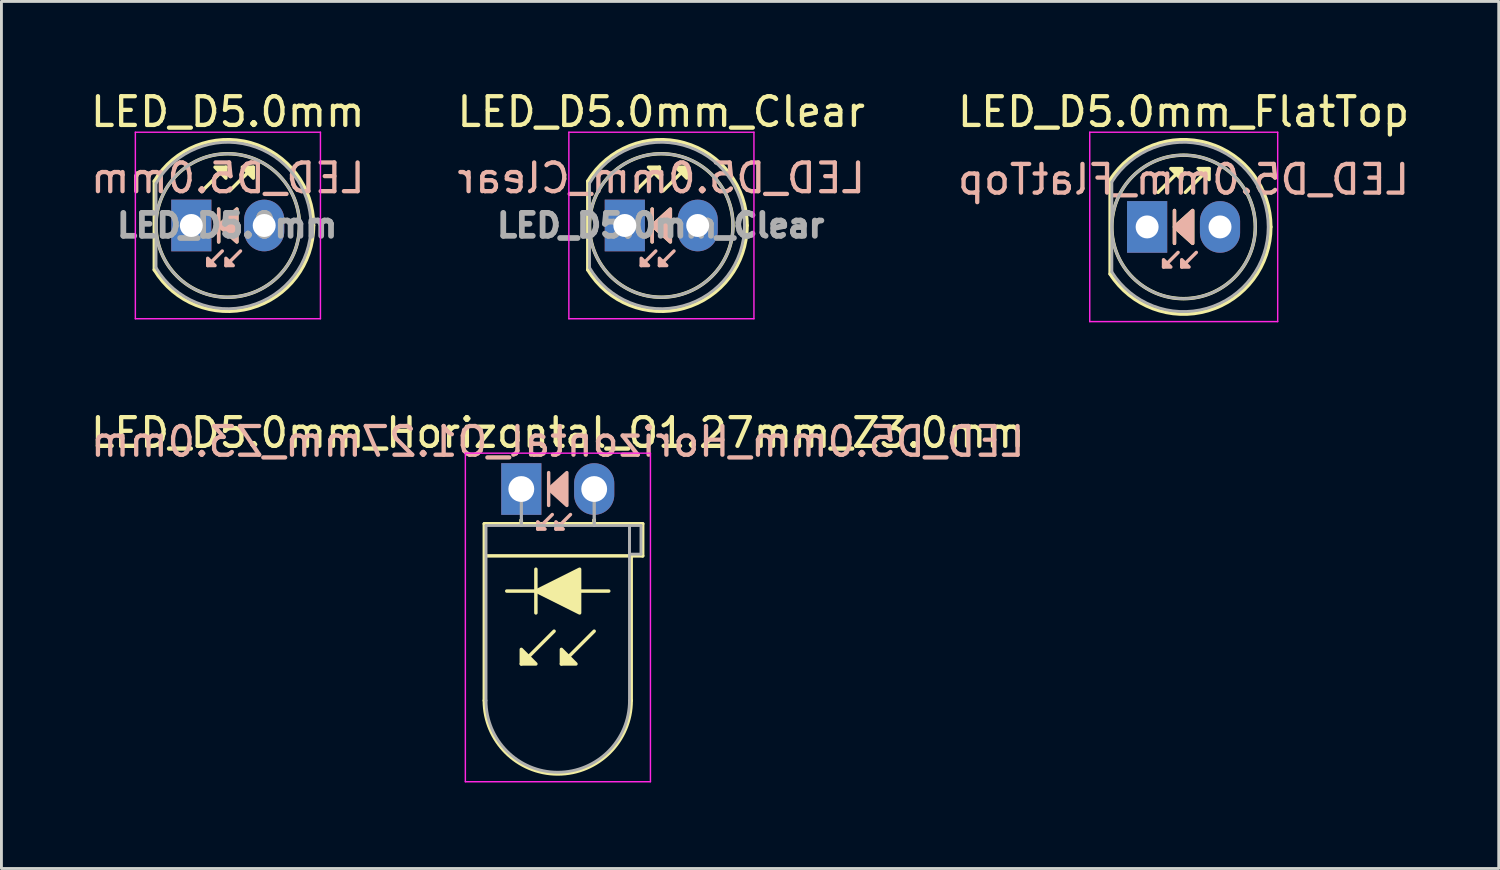
<source format=kicad_pcb>
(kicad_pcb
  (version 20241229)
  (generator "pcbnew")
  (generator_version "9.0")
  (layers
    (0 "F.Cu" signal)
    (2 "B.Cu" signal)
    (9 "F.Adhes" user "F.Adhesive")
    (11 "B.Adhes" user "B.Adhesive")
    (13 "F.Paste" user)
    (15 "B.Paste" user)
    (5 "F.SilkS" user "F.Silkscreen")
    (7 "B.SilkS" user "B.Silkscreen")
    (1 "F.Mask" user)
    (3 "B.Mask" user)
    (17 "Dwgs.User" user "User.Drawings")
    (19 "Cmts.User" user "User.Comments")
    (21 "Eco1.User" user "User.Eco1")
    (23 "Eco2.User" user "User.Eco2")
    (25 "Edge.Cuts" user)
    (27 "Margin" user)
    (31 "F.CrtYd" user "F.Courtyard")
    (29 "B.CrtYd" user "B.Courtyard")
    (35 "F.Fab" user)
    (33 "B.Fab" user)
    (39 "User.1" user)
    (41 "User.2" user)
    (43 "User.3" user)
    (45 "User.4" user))
  (footprint "LED_D5.0mm"
    (layer "F.Cu")
    (at 3.617 4.808)
    (property "Reference" "LED_D5.0mm" (at 1.27 -3.96 0) (layer "F.SilkS") (effects (font (size 1 1) (thickness 0.15))))
    (fp_line (start -1.29 -1.545) (end -1.29 1.545) (stroke (width 0.12) (type solid)) (layer "F.SilkS"))
    (fp_line (start 0.381 -1.206) (end 1.206 -2.032) (stroke (width 0.12) (type solid)) (layer "F.SilkS"))
    (fp_line (start 0.953 -0.572) (end 0.953 0.572) (stroke (width 0.12) (type solid)) (layer "F.SilkS"))
    (fp_line (start 1.333 -1.206) (end 2.159 -2.032) (stroke (width 0.12) (type solid)) (layer "F.SilkS"))
    (fp_arc (start -1.29 -1.54483) (mid 2.072002 -2.880433) (end 4.26 0.000462) (stroke (width 0.12) (type solid)) (layer "F.SilkS"))
    (fp_arc (start 4.26 -0.000462) (mid 2.072002 2.880433) (end -1.29 1.54483) (stroke (width 0.12) (type solid)) (layer "F.SilkS"))
    (fp_circle (center 1.27 0) (end 3.77 0) (stroke (width 0.12) (type solid)) (fill no) (layer "F.SilkS"))
    (fp_poly (pts (xy 1.206 -1.651) (xy 0.826 -2.032) (xy 1.206 -2.032)) (stroke (width 0.12) (type solid)) (fill yes) (layer "F.SilkS"))
    (fp_poly (pts (xy 1.587 0.572) (xy 0.953 0) (xy 1.587 -0.572)) (stroke (width 0.12) (type solid)) (fill yes) (layer "F.SilkS"))
    (fp_poly (pts (xy 2.159 -1.651) (xy 1.778 -2.032) (xy 2.159 -2.032)) (stroke (width 0.12) (type solid)) (fill yes) (layer "F.SilkS"))
    (fp_line (start 0.953 -0.572) (end 0.953 0.572) (stroke (width 0.12) (type solid)) (layer "B.SilkS"))
    (fp_line (start 1.079 0.889) (end 0.572 1.397) (stroke (width 0.12) (type solid)) (layer "B.SilkS"))
    (fp_line (start 1.714 0.889) (end 1.206 1.397) (stroke (width 0.12) (type solid)) (layer "B.SilkS"))
    (fp_poly (pts (xy 0.572 1.143) (xy 0.826 1.397) (xy 0.572 1.397)) (stroke (width 0.12) (type solid)) (fill yes) (layer "B.SilkS"))
    (fp_poly (pts (xy 1.206 1.143) (xy 1.46 1.397) (xy 1.206 1.397)) (stroke (width 0.12) (type solid)) (fill yes) (layer "B.SilkS"))
    (fp_poly (pts (xy 1.587 0.572) (xy 0.953 0) (xy 1.587 -0.572)) (stroke (width 0.12) (type solid)) (fill yes) (layer "B.SilkS"))
    (fp_line (start -1.95 -3.25) (end -1.95 3.25) (stroke (width 0.05) (type solid)) (layer "F.CrtYd"))
    (fp_line (start -1.95 3.25) (end 4.5 3.25) (stroke (width 0.05) (type solid)) (layer "F.CrtYd"))
    (fp_line (start 4.5 -3.25) (end -1.95 -3.25) (stroke (width 0.05) (type solid)) (layer "F.CrtYd"))
    (fp_line (start 4.5 3.25) (end 4.5 -3.25) (stroke (width 0.05) (type solid)) (layer "F.CrtYd"))
    (fp_line (start -1.23 -1.47) (end -1.23 1.47) (stroke (width 0.1) (type solid)) (layer "F.Fab"))
    (fp_arc (start -1.23 -1.469694) (mid 4.17 0.000016) (end -1.230016 1.469666) (stroke (width 0.1) (type solid)) (layer "F.Fab"))
    (fp_circle (center 1.27 0) (end 3.77 0) (stroke (width 0.1) (type solid)) (fill no) (layer "F.Fab"))
    (fp_text user "${REFERENCE}" (at 1.27 -1.651 0) (layer "B.SilkS") (effects (font (size 1 1) (thickness 0.15)) (justify mirror)))
    (fp_text user "${REFERENCE}" (at 1.25 0 0) (layer "F.Fab") (effects (font (size 0.8 0.8) (thickness 0.2))))
    (pad "1" thru_hole rect (at 0 0) (size 1.4 1.8) (drill 0.8) (layers "*.Cu" "*.Mask"))
    (pad "2" thru_hole oval (at 2.54 0) (size 1.4 1.8) (drill 0.8) (layers "*.Cu" "*.Mask")))
  (footprint "LED_D5.0mm_Clear"
    (layer "F.Cu")
    (at 18.724 4.808)
    (property "Reference" "LED_D5.0mm_Clear" (at 1.27 -3.96 0) (layer "F.SilkS") (effects (font (size 1 1) (thickness 0.15))))
    (fp_line (start -1.29 -1.545) (end -1.29 1.545) (stroke (width 0.12) (type solid)) (layer "F.SilkS"))
    (fp_line (start 0.381 -1.206) (end 1.206 -2.032) (stroke (width 0.12) (type solid)) (layer "F.SilkS"))
    (fp_line (start 0.953 -0.572) (end 0.953 0.572) (stroke (width 0.12) (type solid)) (layer "F.SilkS"))
    (fp_line (start 1.333 -1.206) (end 2.159 -2.032) (stroke (width 0.12) (type solid)) (layer "F.SilkS"))
    (fp_arc (start -1.29 -1.54483) (mid 2.072002 -2.880433) (end 4.26 0.000462) (stroke (width 0.12) (type solid)) (layer "F.SilkS"))
    (fp_arc (start 4.26 -0.000462) (mid 2.072002 2.880433) (end -1.29 1.54483) (stroke (width 0.12) (type solid)) (layer "F.SilkS"))
    (fp_circle (center 1.27 0) (end 3.77 0) (stroke (width 0.12) (type solid)) (fill no) (layer "F.SilkS"))
    (fp_poly (pts (xy 1.206 -1.651) (xy 0.826 -2.032) (xy 1.206 -2.032)) (stroke (width 0.12) (type solid)) (fill yes) (layer "F.SilkS"))
    (fp_poly (pts (xy 1.587 0.572) (xy 0.953 0) (xy 1.587 -0.572)) (stroke (width 0.12) (type solid)) (fill yes) (layer "F.SilkS"))
    (fp_poly (pts (xy 2.159 -1.651) (xy 1.778 -2.032) (xy 2.159 -2.032)) (stroke (width 0.12) (type solid)) (fill yes) (layer "F.SilkS"))
    (fp_line (start 0.953 -0.572) (end 0.953 0.572) (stroke (width 0.12) (type solid)) (layer "B.SilkS"))
    (fp_line (start 1.079 0.889) (end 0.572 1.397) (stroke (width 0.12) (type solid)) (layer "B.SilkS"))
    (fp_line (start 1.714 0.889) (end 1.206 1.397) (stroke (width 0.12) (type solid)) (layer "B.SilkS"))
    (fp_poly (pts (xy 0.572 1.143) (xy 0.826 1.397) (xy 0.572 1.397)) (stroke (width 0.12) (type solid)) (fill yes) (layer "B.SilkS"))
    (fp_poly (pts (xy 1.206 1.143) (xy 1.46 1.397) (xy 1.206 1.397)) (stroke (width 0.12) (type solid)) (fill yes) (layer "B.SilkS"))
    (fp_poly (pts (xy 1.587 0.572) (xy 0.953 0) (xy 1.587 -0.572)) (stroke (width 0.12) (type solid)) (fill yes) (layer "B.SilkS"))
    (fp_line (start -1.95 -3.25) (end -1.95 3.25) (stroke (width 0.05) (type solid)) (layer "F.CrtYd"))
    (fp_line (start -1.95 3.25) (end 4.5 3.25) (stroke (width 0.05) (type solid)) (layer "F.CrtYd"))
    (fp_line (start 4.5 -3.25) (end -1.95 -3.25) (stroke (width 0.05) (type solid)) (layer "F.CrtYd"))
    (fp_line (start 4.5 3.25) (end 4.5 -3.25) (stroke (width 0.05) (type solid)) (layer "F.CrtYd"))
    (fp_line (start -1.23 -1.47) (end -1.23 1.47) (stroke (width 0.1) (type solid)) (layer "F.Fab"))
    (fp_arc (start -1.23 -1.469694) (mid 4.17 0.000016) (end -1.230016 1.469666) (stroke (width 0.1) (type solid)) (layer "F.Fab"))
    (fp_circle (center 1.27 0) (end 3.77 0) (stroke (width 0.1) (type solid)) (fill no) (layer "F.Fab"))
    (fp_text user "${REFERENCE}" (at 1.27 -1.651 0) (layer "B.SilkS") (effects (font (size 1 1) (thickness 0.15)) (justify mirror)))
    (fp_text user "${REFERENCE}" (at 1.25 0 0) (layer "F.Fab") (effects (font (size 0.8 0.8) (thickness 0.2))))
    (pad "1" thru_hole rect (at 0 0) (size 1.4 1.8) (drill 0.8) (layers "*.Cu" "*.Mask"))
    (pad "2" thru_hole oval (at 2.54 0) (size 1.4 1.8) (drill 0.8) (layers "*.Cu" "*.Mask")))
  (footprint "LED_D5.0mm_Horizontal_O1.27mm_Z3.0mm"
    (layer "F.Cu")
    (at 15.117 13.992)
    (property "Reference" "LED_D5.0mm_Horizontal_O1.27mm_Z3.0mm" (at 1.27 -1.96 0) (layer "F.SilkS") (effects (font (size 1 1) (thickness 0.15))))
    (fp_line (start -1.29 1.21) (end -1.29 7.37) (stroke (width 0.12) (type solid)) (layer "F.SilkS"))
    (fp_line (start -1.29 1.21) (end 3.83 1.21) (stroke (width 0.12) (type solid)) (layer "F.SilkS"))
    (fp_line (start 0 1.08) (end 0 1.08) (stroke (width 0.12) (type solid)) (layer "F.SilkS"))
    (fp_line (start 0 1.08) (end 0 1.21) (stroke (width 0.12) (type solid)) (layer "F.SilkS"))
    (fp_line (start 0 1.21) (end 0 1.08) (stroke (width 0.12) (type solid)) (layer "F.SilkS"))
    (fp_line (start 0 1.21) (end 0 1.21) (stroke (width 0.12) (type solid)) (layer "F.SilkS"))
    (fp_line (start 0.508 2.794) (end 0.508 4.318) (stroke (width 0.12) (type solid)) (layer "F.SilkS"))
    (fp_line (start 0.508 3.556) (end -0.508 3.556) (stroke (width 0.12) (type solid)) (layer "F.SilkS"))
    (fp_line (start 1.143 4.953) (end 0 6.096) (stroke (width 0.12) (type solid)) (layer "F.SilkS"))
    (fp_line (start 2.54 1.08) (end 2.54 1.08) (stroke (width 0.12) (type solid)) (layer "F.SilkS"))
    (fp_line (start 2.54 1.08) (end 2.54 1.21) (stroke (width 0.12) (type solid)) (layer "F.SilkS"))
    (fp_line (start 2.54 1.21) (end 2.54 1.08) (stroke (width 0.12) (type solid)) (layer "F.SilkS"))
    (fp_line (start 2.54 1.21) (end 2.54 1.21) (stroke (width 0.12) (type solid)) (layer "F.SilkS"))
    (fp_line (start 2.54 4.953) (end 1.397 6.096) (stroke (width 0.12) (type solid)) (layer "F.SilkS"))
    (fp_line (start 3.048 3.556) (end 2.032 3.556) (stroke (width 0.12) (type solid)) (layer "F.SilkS"))
    (fp_line (start 3.83 1.21) (end 4.23 1.21) (stroke (width 0.12) (type solid)) (layer "F.SilkS"))
    (fp_line (start 3.83 2.33) (end 3.83 7.37) (stroke (width 0.12) (type solid)) (layer "F.SilkS"))
    (fp_line (start 4.23 1.21) (end 4.23 2.33) (stroke (width 0.12) (type solid)) (layer "F.SilkS"))
    (fp_line (start 4.23 2.33) (end -1.27 2.33) (stroke (width 0.12) (type solid)) (layer "F.SilkS"))
    (fp_arc (start 3.83 7.37) (mid 1.27 9.93) (end -1.29 7.37) (stroke (width 0.12) (type solid)) (layer "F.SilkS"))
    (fp_poly (pts (xy 0 5.588) (xy 0.508 6.096) (xy 0 6.096)) (stroke (width 0.12) (type solid)) (fill yes) (layer "F.SilkS"))
    (fp_poly (pts (xy 1.397 5.588) (xy 1.905 6.096) (xy 1.397 6.096)) (stroke (width 0.12) (type solid)) (fill yes) (layer "F.SilkS"))
    (fp_poly (pts (xy 2.032 4.318) (xy 0.508 3.556) (xy 2.032 2.794)) (stroke (width 0.12) (type solid)) (fill yes) (layer "F.SilkS"))
    (fp_line (start 0.953 -0.572) (end 0.953 0.572) (stroke (width 0.12) (type solid)) (layer "B.SilkS"))
    (fp_line (start 1.079 0.889) (end 0.572 1.397) (stroke (width 0.12) (type solid)) (layer "B.SilkS"))
    (fp_line (start 1.714 0.889) (end 1.206 1.397) (stroke (width 0.12) (type solid)) (layer "B.SilkS"))
    (fp_poly (pts (xy 0.572 1.143) (xy 0.826 1.397) (xy 0.572 1.397)) (stroke (width 0.12) (type solid)) (fill yes) (layer "B.SilkS"))
    (fp_poly (pts (xy 1.206 1.143) (xy 1.46 1.397) (xy 1.206 1.397)) (stroke (width 0.12) (type solid)) (fill yes) (layer "B.SilkS"))
    (fp_poly (pts (xy 1.587 0.572) (xy 0.953 0) (xy 1.587 -0.572)) (stroke (width 0.12) (type solid)) (fill yes) (layer "B.SilkS"))
    (fp_line (start -1.95 -1.25) (end -1.95 10.2) (stroke (width 0.05) (type solid)) (layer "F.CrtYd"))
    (fp_line (start -1.95 10.2) (end 4.5 10.2) (stroke (width 0.05) (type solid)) (layer "F.CrtYd"))
    (fp_line (start 4.5 -1.25) (end -1.95 -1.25) (stroke (width 0.05) (type solid)) (layer "F.CrtYd"))
    (fp_line (start 4.5 10.2) (end 4.5 -1.25) (stroke (width 0.05) (type solid)) (layer "F.CrtYd"))
    (fp_line (start -1.23 1.27) (end -1.23 7.37) (stroke (width 0.1) (type solid)) (layer "F.Fab"))
    (fp_line (start -1.23 1.27) (end 3.77 1.27) (stroke (width 0.1) (type solid)) (layer "F.Fab"))
    (fp_line (start 0 0) (end 0 0) (stroke (width 0.1) (type solid)) (layer "F.Fab"))
    (fp_line (start 0 0) (end 0 1.27) (stroke (width 0.1) (type solid)) (layer "F.Fab"))
    (fp_line (start 0 1.27) (end 0 0) (stroke (width 0.1) (type solid)) (layer "F.Fab"))
    (fp_line (start 0 1.27) (end 0 1.27) (stroke (width 0.1) (type solid)) (layer "F.Fab"))
    (fp_line (start 2.54 0) (end 2.54 0) (stroke (width 0.1) (type solid)) (layer "F.Fab"))
    (fp_line (start 2.54 0) (end 2.54 1.27) (stroke (width 0.1) (type solid)) (layer "F.Fab"))
    (fp_line (start 2.54 1.27) (end 2.54 0) (stroke (width 0.1) (type solid)) (layer "F.Fab"))
    (fp_line (start 2.54 1.27) (end 2.54 1.27) (stroke (width 0.1) (type solid)) (layer "F.Fab"))
    (fp_line (start 3.77 1.27) (end 3.77 7.37) (stroke (width 0.1) (type solid)) (layer "F.Fab"))
    (fp_line (start 3.77 1.27) (end 4.17 1.27) (stroke (width 0.1) (type solid)) (layer "F.Fab"))
    (fp_line (start 3.77 2.27) (end 3.77 1.27) (stroke (width 0.1) (type solid)) (layer "F.Fab"))
    (fp_line (start 4.17 1.27) (end 4.17 2.27) (stroke (width 0.1) (type solid)) (layer "F.Fab"))
    (fp_line (start 4.17 2.27) (end 3.77 2.27) (stroke (width 0.1) (type solid)) (layer "F.Fab"))
    (fp_arc (start 3.77 7.37) (mid 1.27 9.87) (end -1.23 7.37) (stroke (width 0.1) (type solid)) (layer "F.Fab"))
    (fp_text user "${REFERENCE}" (at 1.27 -1.651 0) (layer "B.SilkS") (effects (font (size 1 1) (thickness 0.15)) (justify mirror)))
    (pad "1" thru_hole rect (at 0 0) (size 1.4 1.8) (drill 0.9) (layers "*.Cu" "*.Mask"))
    (pad "2" thru_hole oval (at 2.54 0) (size 1.4 1.8) (drill 0.9) (layers "*.Cu" "*.Mask")))
  (footprint "LED_D5.0mm_FlatTop"
    (layer "F.Cu")
    (at 36.926 4.858)
    (property "Reference" "LED_D5.0mm_FlatTop" (at 1.27 -4.01 0) (layer "F.SilkS") (effects (font (size 1 1) (thickness 0.15))))
    (fp_line (start -1.29 -1.64) (end -1.29 1.64) (stroke (width 0.12) (type solid)) (layer "F.SilkS"))
    (fp_line (start 0.381 -1.206) (end 1.206 -2.032) (stroke (width 0.12) (type solid)) (layer "F.SilkS"))
    (fp_line (start 0.953 -0.572) (end 0.953 0.572) (stroke (width 0.12) (type solid)) (layer "F.SilkS"))
    (fp_line (start 1.333 -1.206) (end 2.159 -2.032) (stroke (width 0.12) (type solid)) (layer "F.SilkS"))
    (fp_arc (start -1.29 -1.639512) (mid 2.125106 -2.917258) (end 4.309999 0.001958) (stroke (width 0.12) (type solid)) (layer "F.SilkS"))
    (fp_arc (start 4.309999 -0.001958) (mid 2.125106 2.917258) (end -1.29 1.639512) (stroke (width 0.12) (type solid)) (layer "F.SilkS"))
    (fp_circle (center 1.27 0) (end 3.77 0) (stroke (width 0.12) (type solid)) (fill no) (layer "F.SilkS"))
    (fp_poly (pts (xy 1.206 -1.651) (xy 0.826 -2.032) (xy 1.206 -2.032)) (stroke (width 0.12) (type solid)) (fill yes) (layer "F.SilkS"))
    (fp_poly (pts (xy 1.587 0.572) (xy 0.953 0) (xy 1.587 -0.572)) (stroke (width 0.12) (type solid)) (fill yes) (layer "F.SilkS"))
    (fp_poly (pts (xy 2.159 -1.651) (xy 1.778 -2.032) (xy 2.159 -2.032)) (stroke (width 0.12) (type solid)) (fill yes) (layer "F.SilkS"))
    (fp_line (start 0.953 -0.572) (end 0.953 0.572) (stroke (width 0.12) (type solid)) (layer "B.SilkS"))
    (fp_line (start 1.079 0.889) (end 0.572 1.397) (stroke (width 0.12) (type solid)) (layer "B.SilkS"))
    (fp_line (start 1.714 0.889) (end 1.206 1.397) (stroke (width 0.12) (type solid)) (layer "B.SilkS"))
    (fp_poly (pts (xy 0.572 1.143) (xy 0.826 1.397) (xy 0.572 1.397)) (stroke (width 0.12) (type solid)) (fill yes) (layer "B.SilkS"))
    (fp_poly (pts (xy 1.206 1.143) (xy 1.46 1.397) (xy 1.206 1.397)) (stroke (width 0.12) (type solid)) (fill yes) (layer "B.SilkS"))
    (fp_poly (pts (xy 1.587 0.572) (xy 0.953 0) (xy 1.587 -0.572)) (stroke (width 0.12) (type solid)) (fill yes) (layer "B.SilkS"))
    (fp_line (start -2 -3.3) (end -2 3.3) (stroke (width 0.05) (type solid)) (layer "F.CrtYd"))
    (fp_line (start -2 3.3) (end 4.55 3.3) (stroke (width 0.05) (type solid)) (layer "F.CrtYd"))
    (fp_line (start 4.55 -3.3) (end -2 -3.3) (stroke (width 0.05) (type solid)) (layer "F.CrtYd"))
    (fp_line (start 4.55 3.3) (end 4.55 -3.3) (stroke (width 0.05) (type solid)) (layer "F.CrtYd"))
    (fp_line (start -1.23 -1.566) (end -1.23 1.566) (stroke (width 0.1) (type solid)) (layer "F.Fab"))
    (fp_arc (start -1.23 -1.566046) (mid 4.22 0.00071) (end -1.230753 1.564843) (stroke (width 0.1) (type solid)) (layer "F.Fab"))
    (fp_circle (center 1.27 0) (end 3.77 0) (stroke (width 0.1) (type solid)) (fill no) (layer "F.Fab"))
    (fp_text user "${REFERENCE}" (at 1.27 -1.651 0) (layer "B.SilkS") (effects (font (size 1 1) (thickness 0.15)) (justify mirror)))
    (pad "1" thru_hole rect (at 0 0) (size 1.4 1.8) (drill 0.8) (layers "*.Cu" "*.Mask"))
    (pad "2" thru_hole oval (at 2.54 0) (size 1.4 1.8) (drill 0.8) (layers "*.Cu" "*.Mask")))
  (gr_rect
    (start -3 -3)
    (end 49.179 27.216)
    (stroke (width 0.1) (type default))
    (fill no)
    (layer "Edge.Cuts")))
</source>
